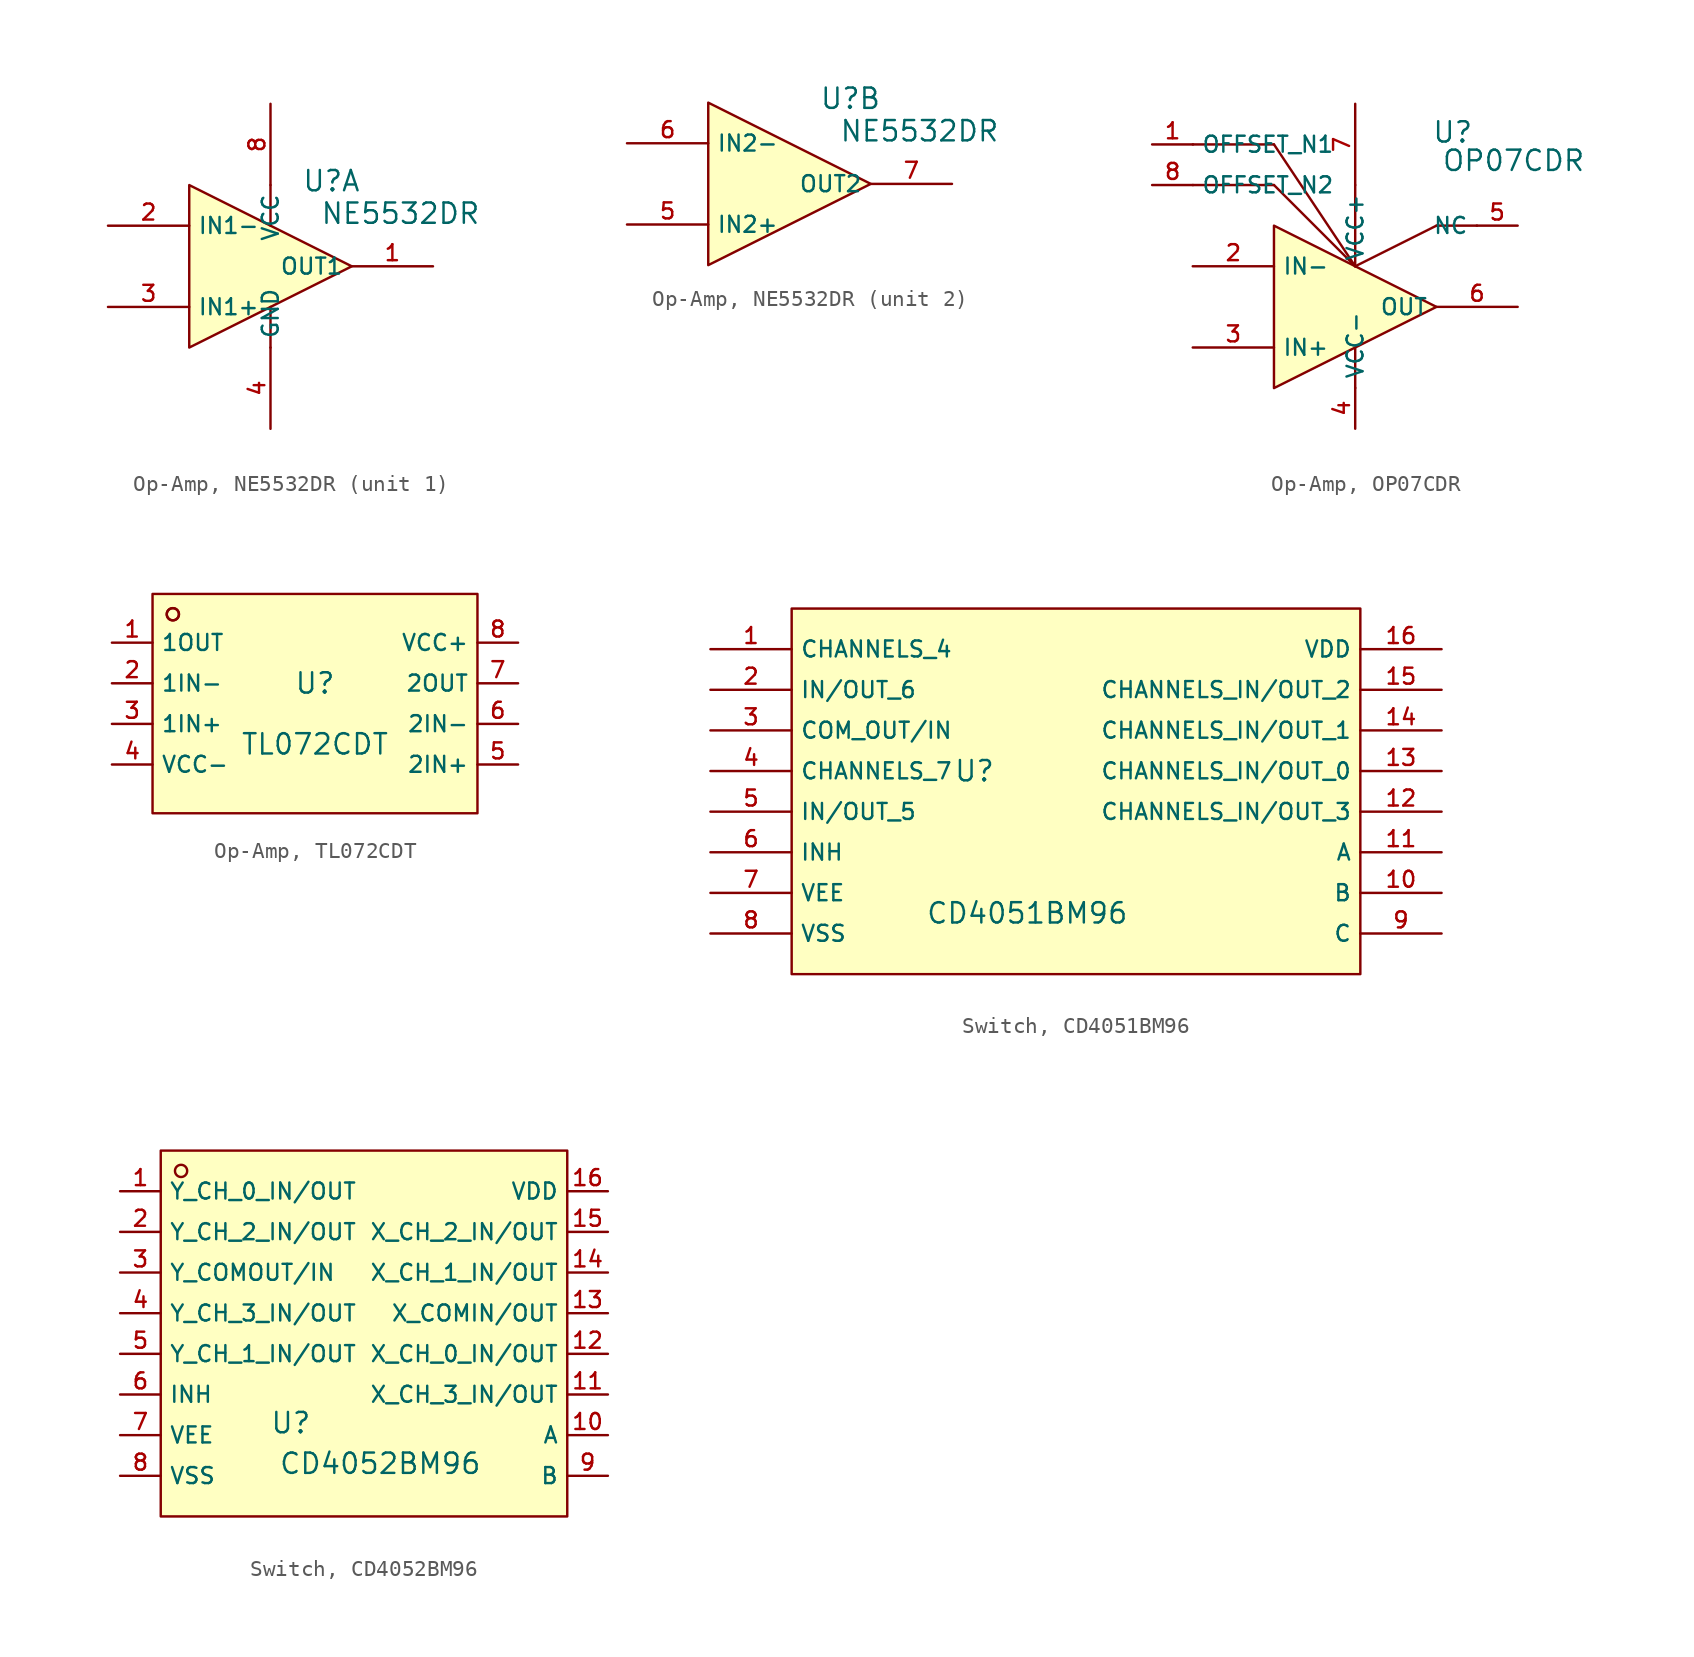
<source format=kicad_sym>
(kicad_symbol_lib
  (version 20231120)
  (generator "kicad_symbol_editor")
  (generator_version "8.0")
  (symbol "Op-Amp, NE5532DR"
    (property "Reference" "U"
      (at 3.81 5.334 0)
      (effects (font (size 1.27 1.27))))
    (property "Value" "NE5532DR"
      (at 8.128 3.302 0)
      (effects (font (size 1.27 1.27))))
    (symbol "Op-Amp, NE5532DR_1_1"
      (polyline (pts (xy 0 -5.08) (xy 0 -2.54)) (stroke (width 0) (type default)) (fill (type none)))
      (polyline (pts (xy 0 2.54) (xy 0 5.08)) (stroke (width 0) (type default)) (fill (type none)))
      (polyline (pts (xy -5.08 -5.08) (xy 5.08 0) (xy -5.08 5.08) (xy -5.08 -5.08)) (stroke (width 0) (type default)) (fill (type background)))
      (pin output line (at 10.16 0 180) (length 5.08) (name "OUT1" (effects (font (size 1 1)))) (number "1" (effects (font (size 1 1)))))
      (pin unspecified line (at -10.16 2.54 0) (length 5.08) (name "IN1-" (effects (font (size 1 1)))) (number "2" (effects (font (size 1 1)))))
      (pin unspecified line (at -10.16 -2.54 0) (length 5.08) (name "IN1+" (effects (font (size 1 1)))) (number "3" (effects (font (size 1 1)))))
      (pin unspecified line (at 0 -10.16 90) (length 5.08) (name "GND" (effects (font (size 1 1)))) (number "4" (effects (font (size 1 1)))))
      (pin unspecified line (at 0 10.16 270) (length 5.08) (name "VCC" (effects (font (size 1 1)))) (number "8" (effects (font (size 1 1))))))
    (symbol "Op-Amp, NE5532DR_2_1"
      (polyline (pts (xy -5.08 -5.08) (xy 5.08 0) (xy -5.08 5.08) (xy -5.08 -5.08)) (stroke (width 0) (type default)) (fill (type background)))
      (pin unspecified line (at -10.16 -2.54 0) (length 5.08) (name "IN2+" (effects (font (size 1 1)))) (number "5" (effects (font (size 1 1)))))
      (pin unspecified line (at -10.16 2.54 0) (length 5.08) (name "IN2-" (effects (font (size 1 1)))) (number "6" (effects (font (size 1 1)))))
      (pin output line (at 10.16 0 180) (length 5.08) (name "OUT2" (effects (font (size 1 1)))) (number "7" (effects (font (size 1 1)))))))
  (symbol "Op-Amp, OP07CDR"
    (property "Reference" "U"
      (at 6.096 10.922 0)
      (effects (font (size 1.27 1.27))))
    (property "Value" "OP07CDR"
      (at 9.906 9.144 0)
      (effects (font (size 1.27 1.27))))
    (symbol "Op-Amp, OP07CDR_0_1"
      (polyline (pts (xy 0 -5.08) (xy 0 -2.54)) (stroke (width 0) (type default)) (fill (type none)))
      (polyline (pts (xy 0 2.54) (xy -5.08 7.62)) (stroke (width 0) (type default)) (fill (type none)))
      (polyline (pts (xy 0 2.54) (xy -5.08 10.16)) (stroke (width 0) (type default)) (fill (type none)))
      (polyline (pts (xy 5.08 5.08) (xy 0 2.54)) (stroke (width 0) (type default)) (fill (type none)))
      (pin unspecified line (at -10.16 2.54 0) (length 5.08) (name "IN-" (effects (font (size 1 1)))) (number "2" (effects (font (size 1 1)))))
      (pin unspecified line (at -10.16 -2.54 0) (length 5.08) (name "IN+" (effects (font (size 1 1)))) (number "3" (effects (font (size 1 1)))))
      (pin output line (at 10.16 0 180) (length 5.08) (name "OUT" (effects (font (size 1 1)))) (number "6" (effects (font (size 1 1)))))
      (pin power_in line (at 0 12.7 270) (length 5.08) (name "VCC+" (effects (font (size 1 1)))) (number "7" (effects (font (size 1 1))))))
    (symbol "Op-Amp, OP07CDR_1_1"
      (polyline (pts (xy -10.16 10.16) (xy -5.08 10.16)) (stroke (width 0) (type default)) (fill (type none)))
      (polyline (pts (xy -5.08 7.62) (xy -10.16 7.62)) (stroke (width 0) (type default)) (fill (type none)))
      (polyline (pts (xy 0 2.54) (xy 0 7.62)) (stroke (width 0) (type default)) (fill (type none)))
      (polyline (pts (xy 7.62 5.08) (xy 5.08 5.08)) (stroke (width 0) (type default)) (fill (type none)))
      (polyline (pts (xy -5.08 -5.08) (xy 5.08 0) (xy -5.08 5.08) (xy -5.08 -5.08)) (stroke (width 0) (type default)) (fill (type background)))
      (pin unspecified line (at -12.7 10.16 0) (length 2.56) (name "OFFSET_N1" (effects (font (size 1 1)))) (number "1" (effects (font (size 1 1)))))
      (pin power_in line (at 0 -7.62 90) (length 2.56) (name "VCC-" (effects (font (size 1 1)))) (number "4" (effects (font (size 1 1)))))
      (pin unspecified line (at 10.16 5.08 180) (length 2.56) (name "NC" (effects (font (size 1 1)))) (number "5" (effects (font (size 1 1)))))
      (pin unspecified line (at -12.7 7.62 0) (length 2.56) (name "OFFSET_N2" (effects (font (size 1 1)))) (number "8" (effects (font (size 1 1)))))))
  (symbol "Op-Amp, TL072CDT"
    (property "Reference" "U"
      (at 0 2.54 0)
      (effects (font (size 1.27 1.27))))
    (property "Value" "TL072CDT"
      (at 0 -1.27 0)
      (effects (font (size 1.27 1.27))))
    (symbol "Op-Amp, TL072CDT_0_1"
      (rectangle (start -10.16 8.128) (end 10.16 -5.588) (stroke (width 0) (type default)) (fill (type background)))
      (circle (center -8.89 6.858) (radius 0.381) (stroke (width 0) (type default)) (fill (type background)))
      (circle (center -8.89 6.858) (radius 0.381) (stroke (width 0) (type default)) (fill (type background)))
      (pin unspecified line (at -12.7 5.08 0) (length 2.54) (name "1OUT" (effects (font (size 1 1)))) (number "1" (effects (font (size 1 1)))))
      (pin unspecified line (at -12.7 2.54 0) (length 2.54) (name "1IN-" (effects (font (size 1 1)))) (number "2" (effects (font (size 1 1)))))
      (pin unspecified line (at -12.7 0 0) (length 2.54) (name "1IN+" (effects (font (size 1 1)))) (number "3" (effects (font (size 1 1)))))
      (pin unspecified line (at -12.7 -2.54 0) (length 2.54) (name "VCC-" (effects (font (size 1 1)))) (number "4" (effects (font (size 1 1)))))
      (pin unspecified line (at 12.7 -2.54 180) (length 2.54) (name "2IN+" (effects (font (size 1 1)))) (number "5" (effects (font (size 1 1)))))
      (pin unspecified line (at 12.7 0 180) (length 2.54) (name "2IN-" (effects (font (size 1 1)))) (number "6" (effects (font (size 1 1)))))
      (pin unspecified line (at 12.7 2.54 180) (length 2.54) (name "2OUT" (effects (font (size 1 1)))) (number "7" (effects (font (size 1 1)))))
      (pin unspecified line (at 12.7 5.08 180) (length 2.54) (name "VCC+" (effects (font (size 1 1)))) (number "8" (effects (font (size 1 1)))))))
  (symbol "Switch, CD4051BM96"
    (property "Reference" "U"
      (at -6.35 2.54 0)
      (effects (font (size 1.27 1.27))))
    (property "Value" "CD4051BM96"
      (at -3.048 -6.35 0)
      (effects (font (size 1.27 1.27))))
    (symbol "Switch, CD4051BM96_0_1"
      (rectangle (start -17.78 12.7) (end 17.78 -10.16) (stroke (width 0) (type default)) (fill (type background)))
      (pin unspecified line (at -22.86 10.16 0) (length 5.08) (name "CHANNELS_4" (effects (font (size 1 1)))) (number "1" (effects (font (size 1 1)))))
      (pin unspecified line (at 22.86 -5.08 180) (length 5.08) (name "B" (effects (font (size 1 1)))) (number "10" (effects (font (size 1 1)))))
      (pin unspecified line (at 22.86 -2.54 180) (length 5.08) (name "A" (effects (font (size 1 1)))) (number "11" (effects (font (size 1 1)))))
      (pin unspecified line (at 22.86 0 180) (length 5.08) (name "CHANNELS_IN/OUT_3" (effects (font (size 1 1)))) (number "12" (effects (font (size 1 1)))))
      (pin unspecified line (at 22.86 2.54 180) (length 5.08) (name "CHANNELS_IN/OUT_0" (effects (font (size 1 1)))) (number "13" (effects (font (size 1 1)))))
      (pin unspecified line (at 22.86 5.08 180) (length 5.08) (name "CHANNELS_IN/OUT_1" (effects (font (size 1 1)))) (number "14" (effects (font (size 1 1)))))
      (pin unspecified line (at 22.86 7.62 180) (length 5.08) (name "CHANNELS_IN/OUT_2" (effects (font (size 1 1)))) (number "15" (effects (font (size 1 1)))))
      (pin unspecified line (at 22.86 10.16 180) (length 5.08) (name "VDD" (effects (font (size 1 1)))) (number "16" (effects (font (size 1 1)))))
      (pin unspecified line (at -22.86 7.62 0) (length 5.08) (name "IN/OUT_6" (effects (font (size 1 1)))) (number "2" (effects (font (size 1 1)))))
      (pin unspecified line (at -22.86 5.08 0) (length 5.08) (name "COM_OUT/IN" (effects (font (size 1 1)))) (number "3" (effects (font (size 1 1)))))
      (pin unspecified line (at -22.86 2.54 0) (length 5.08) (name "CHANNELS_7" (effects (font (size 1 1)))) (number "4" (effects (font (size 1 1)))))
      (pin unspecified line (at -22.86 0 0) (length 5.08) (name "IN/OUT_5" (effects (font (size 1 1)))) (number "5" (effects (font (size 1 1)))))
      (pin unspecified line (at -22.86 -2.54 0) (length 5.08) (name "INH" (effects (font (size 1 1)))) (number "6" (effects (font (size 1 1)))))
      (pin unspecified line (at -22.86 -5.08 0) (length 5.08) (name "VEE" (effects (font (size 1 1)))) (number "7" (effects (font (size 1 1)))))
      (pin unspecified line (at -22.86 -7.62 0) (length 5.08) (name "VSS" (effects (font (size 1 1)))) (number "8" (effects (font (size 1 1)))))
      (pin unspecified line (at 22.86 -7.62 180) (length 5.08) (name "C" (effects (font (size 1 1)))) (number "9" (effects (font (size 1 1)))))))
  (symbol "Switch, CD4052BM96"
    (property "Reference" "U"
      (at -4.572 -4.318 0)
      (effects (font (size 1.27 1.27))))
    (property "Value" "CD4052BM96"
      (at 1.016 -6.858 0)
      (effects (font (size 1.27 1.27))))
    (symbol "Switch, CD4052BM96_0_1"
      (rectangle (start -12.7 12.7) (end 12.7 -10.16) (stroke (width 0) (type default)) (fill (type background)))
      (circle (center -11.43 11.43) (radius 0.381) (stroke (width 0) (type default)) (fill (type background)))
      (pin unspecified line (at -15.24 10.16 0) (length 2.54) (name "Y_CH_0_IN/OUT" (effects (font (size 1 1)))) (number "1" (effects (font (size 1 1)))))
      (pin unspecified line (at 15.24 -5.08 180) (length 2.54) (name "A" (effects (font (size 1 1)))) (number "10" (effects (font (size 1 1)))))
      (pin unspecified line (at 15.24 -2.54 180) (length 2.54) (name "X_CH_3_IN/OUT" (effects (font (size 1 1)))) (number "11" (effects (font (size 1 1)))))
      (pin unspecified line (at 15.24 0 180) (length 2.54) (name "X_CH_0_IN/OUT" (effects (font (size 1 1)))) (number "12" (effects (font (size 1 1)))))
      (pin unspecified line (at 15.24 2.54 180) (length 2.54) (name "X_COMIN/OUT" (effects (font (size 1 1)))) (number "13" (effects (font (size 1 1)))))
      (pin unspecified line (at 15.24 5.08 180) (length 2.54) (name "X_CH_1_IN/OUT" (effects (font (size 1 1)))) (number "14" (effects (font (size 1 1)))))
      (pin unspecified line (at 15.24 7.62 180) (length 2.54) (name "X_CH_2_IN/OUT" (effects (font (size 1 1)))) (number "15" (effects (font (size 1 1)))))
      (pin unspecified line (at 15.24 10.16 180) (length 2.54) (name "VDD" (effects (font (size 1 1)))) (number "16" (effects (font (size 1 1)))))
      (pin unspecified line (at -15.24 7.62 0) (length 2.54) (name "Y_CH_2_IN/OUT" (effects (font (size 1 1)))) (number "2" (effects (font (size 1 1)))))
      (pin unspecified line (at -15.24 5.08 0) (length 2.54) (name "Y_COMOUT/IN" (effects (font (size 1 1)))) (number "3" (effects (font (size 1 1)))))
      (pin unspecified line (at -15.24 2.54 0) (length 2.54) (name "Y_CH_3_IN/OUT" (effects (font (size 1 1)))) (number "4" (effects (font (size 1 1)))))
      (pin unspecified line (at -15.24 0 0) (length 2.54) (name "Y_CH_1_IN/OUT" (effects (font (size 1 1)))) (number "5" (effects (font (size 1 1)))))
      (pin unspecified line (at -15.24 -2.54 0) (length 2.54) (name "INH" (effects (font (size 1 1)))) (number "6" (effects (font (size 1 1)))))
      (pin unspecified line (at -15.24 -5.08 0) (length 2.54) (name "VEE" (effects (font (size 1 1)))) (number "7" (effects (font (size 1 1)))))
      (pin unspecified line (at -15.24 -7.62 0) (length 2.54) (name "VSS" (effects (font (size 1 1)))) (number "8" (effects (font (size 1 1)))))
      (pin unspecified line (at 15.24 -7.62 180) (length 2.54) (name "B" (effects (font (size 1 1)))) (number "9" (effects (font (size 1 1))))))))
</source>
